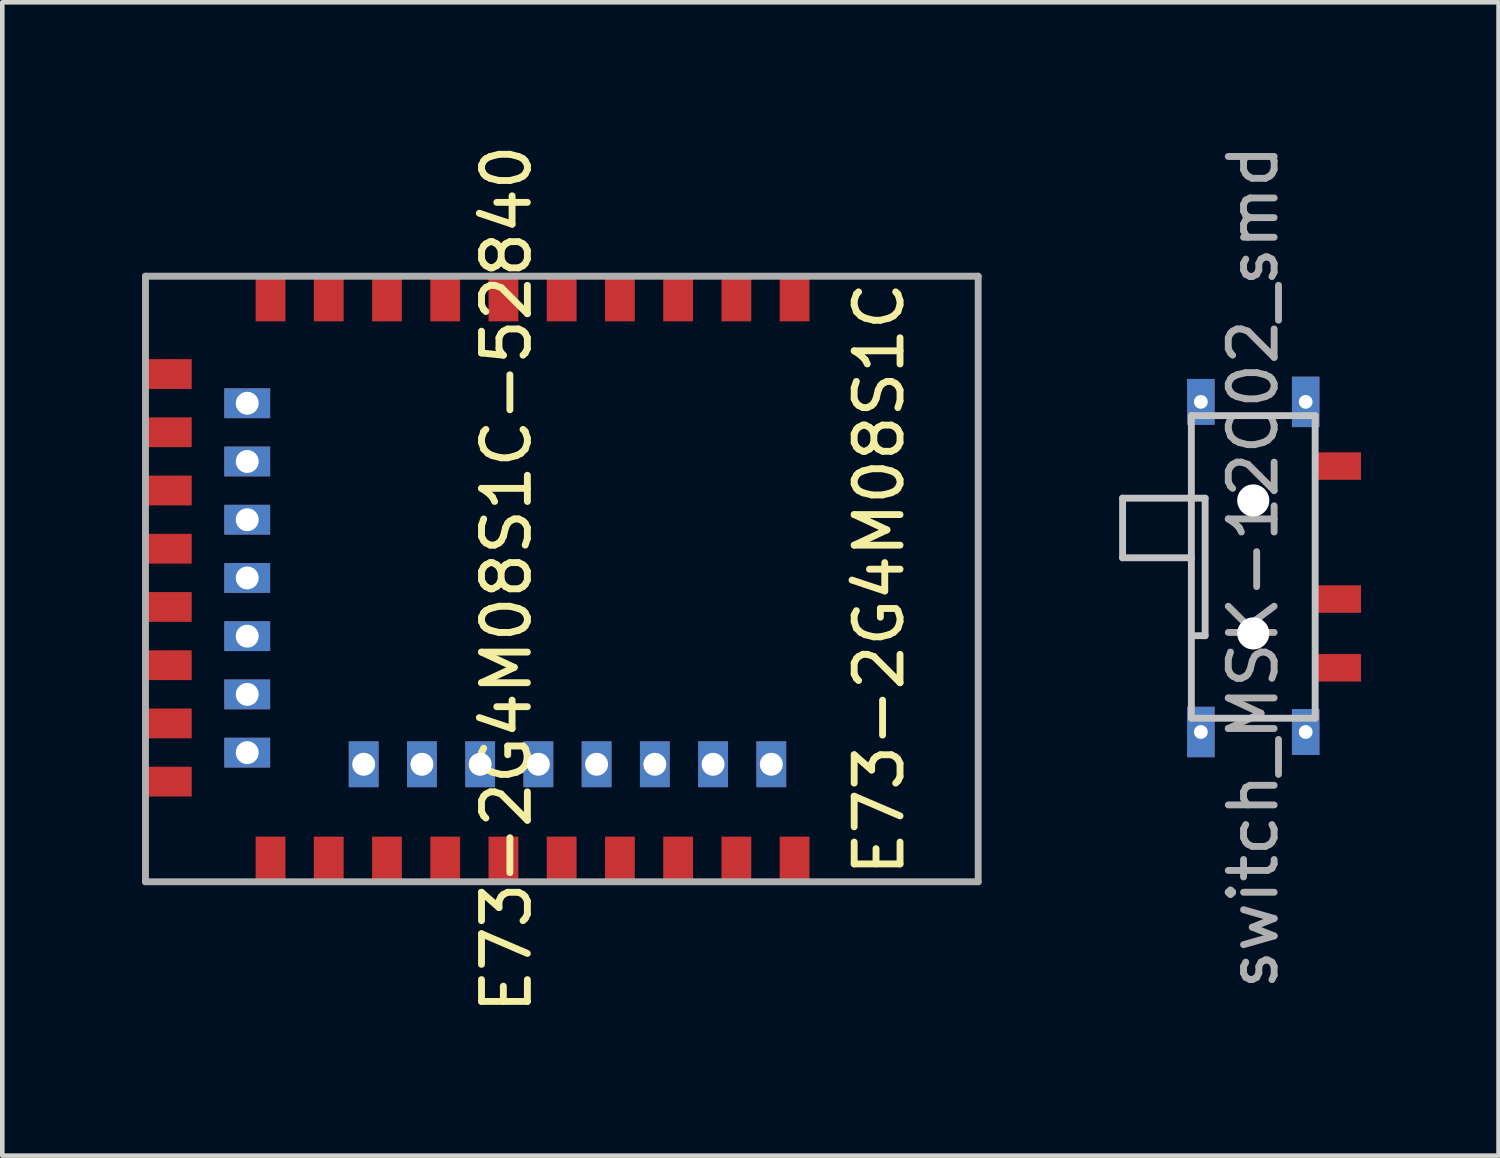
<source format=kicad_pcb>
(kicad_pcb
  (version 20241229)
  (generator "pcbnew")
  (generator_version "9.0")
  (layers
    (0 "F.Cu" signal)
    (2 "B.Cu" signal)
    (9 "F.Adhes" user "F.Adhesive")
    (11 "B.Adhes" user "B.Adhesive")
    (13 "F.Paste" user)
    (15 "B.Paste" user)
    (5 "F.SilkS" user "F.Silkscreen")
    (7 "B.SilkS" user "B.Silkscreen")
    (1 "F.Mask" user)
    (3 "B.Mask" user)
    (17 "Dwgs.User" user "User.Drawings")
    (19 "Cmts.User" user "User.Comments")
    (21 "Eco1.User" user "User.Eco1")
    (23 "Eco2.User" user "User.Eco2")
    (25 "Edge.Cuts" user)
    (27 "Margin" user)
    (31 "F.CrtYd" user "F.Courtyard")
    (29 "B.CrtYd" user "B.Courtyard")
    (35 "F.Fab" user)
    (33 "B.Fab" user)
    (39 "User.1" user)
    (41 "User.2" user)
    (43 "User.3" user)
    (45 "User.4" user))
  (footprint "E73-2G4M08S1C-52840"
    (layer "F.Cu")
    (at 0.25 9.578)
    (property "Reference" "E73-2G4M08S1C-52840" (at 7.747 -0.000467 270) (layer "F.SilkS") (effects (font (size 1 1) (thickness 0.15))))
    (attr through_hole)
    (fp_line (start -0.127 -6.604) (end -0.127 6.604) (stroke (width 0.15) (type solid)) (layer "F.Fab"))
    (fp_line (start -0.127 6.604) (end 18.034 6.604) (stroke (width 0.15) (type solid)) (layer "F.Fab"))
    (fp_line (start 18.034 -6.604) (end -0.127 -6.604) (stroke (width 0.15) (type solid)) (layer "F.Fab"))
    (fp_line (start 18.034 6.604) (end 18.034 -6.604) (stroke (width 0.15) (type solid)) (layer "F.Fab"))
    (fp_text user "E73-2G4M08S1C" (at 15.875 0 90) (layer "F.SilkS") (effects (font (size 1 1) (thickness 0.15))))
    (pad "1" smd rect (at 14.03 -6.119) (size 0.65 1) (layers "F.Cu" "F.Mask" "F.Paste"))
    (pad "2" smd rect (at 12.76 -6.119) (size 0.65 1) (layers "F.Cu" "F.Mask" "F.Paste"))
    (pad "3" smd rect (at 11.49 -6.119) (size 0.65 1) (layers "F.Cu" "F.Mask" "F.Paste"))
    (pad "4" smd rect (at 10.22 -6.119) (size 0.65 1) (layers "F.Cu" "F.Mask" "F.Paste"))
    (pad "5" smd rect (at 8.95 -6.119) (size 0.65 1) (layers "F.Cu" "F.Mask" "F.Paste"))
    (pad "6" smd rect (at 7.68 -6.119) (size 0.65 1) (layers "F.Cu" "F.Mask" "F.Paste"))
    (pad "7" smd rect (at 6.41 -6.119) (size 0.65 1) (layers "F.Cu" "F.Mask" "F.Paste"))
    (pad "8" smd rect (at 5.14 -6.119) (size 0.65 1) (layers "F.Cu" "F.Mask" "F.Paste"))
    (pad "9" smd rect (at 3.87 -6.119) (size 0.65 1) (layers "F.Cu" "F.Mask" "F.Paste"))
    (pad "10" smd rect (at 2.6 -6.119) (size 0.65 1) (layers "F.Cu" "F.Mask" "F.Paste"))
    (pad "11" smd rect (at 0.381 -4.47 90) (size 0.65 1) (layers "F.Cu" "F.Mask" "F.Paste"))
    (pad "12" thru_hole rect (at 2.092 -3.833 90) (size 0.65 1) (drill 0.5) (layers "*.Cu" "*.Mask"))
    (pad "13" smd rect (at 0.381 -3.2 90) (size 0.65 1) (layers "F.Cu" "F.Mask" "F.Paste"))
    (pad "14" thru_hole rect (at 2.092 -2.563 90) (size 0.65 1) (drill 0.5) (layers "*.Cu" "*.Mask"))
    (pad "15" smd rect (at 0.381 -1.93 90) (size 0.65 1) (layers "F.Cu" "F.Mask" "F.Paste"))
    (pad "16" thru_hole rect (at 2.092 -1.293 90) (size 0.65 1) (drill 0.5) (layers "*.Cu" "*.Mask"))
    (pad "17" smd rect (at 0.381 -0.66 90) (size 0.65 1) (layers "F.Cu" "F.Mask" "F.Paste"))
    (pad "18" thru_hole rect (at 2.092 -0.023 90) (size 0.65 1) (drill 0.5) (layers "*.Cu" "*.Mask"))
    (pad "19" smd rect (at 0.381 0.61 90) (size 0.65 1) (layers "F.Cu" "F.Mask" "F.Paste"))
    (pad "20" thru_hole rect (at 2.092 1.247 90) (size 0.65 1) (drill 0.5) (layers "*.Cu" "*.Mask"))
    (pad "21" smd rect (at 0.381 1.88 90) (size 0.65 1) (layers "F.Cu" "F.Mask" "F.Paste"))
    (pad "22" thru_hole rect (at 2.092 2.517 90) (size 0.65 1) (drill 0.5) (layers "*.Cu" "*.Mask"))
    (pad "23" smd rect (at 0.381 3.15 90) (size 0.65 1) (layers "F.Cu" "F.Mask" "F.Paste"))
    (pad "24" thru_hole rect (at 2.092 3.787 90) (size 0.65 1) (drill 0.5) (layers "*.Cu" "*.Mask"))
    (pad "25" smd rect (at 0.381 4.42 90) (size 0.65 1) (layers "F.Cu" "F.Mask" "F.Paste"))
    (pad "26" smd rect (at 2.6 6.119) (size 0.65 1) (layers "F.Cu" "F.Mask" "F.Paste"))
    (pad "27" smd rect (at 3.87 6.119) (size 0.65 1) (layers "F.Cu" "F.Mask" "F.Paste"))
    (pad "28" thru_hole rect (at 4.632 4.041) (size 0.65 1) (drill 0.5) (layers "*.Cu" "*.Mask"))
    (pad "29" smd rect (at 5.14 6.119) (size 0.65 1) (layers "F.Cu" "F.Mask" "F.Paste"))
    (pad "30" thru_hole rect (at 5.902 4.041) (size 0.65 1) (drill 0.5) (layers "*.Cu" "*.Mask"))
    (pad "31" smd rect (at 6.41 6.119) (size 0.65 1) (layers "F.Cu" "F.Mask" "F.Paste"))
    (pad "32" thru_hole rect (at 7.172 4.041) (size 0.65 1) (drill 0.5) (layers "*.Cu" "*.Mask"))
    (pad "33" smd rect (at 7.68 6.119) (size 0.65 1) (layers "F.Cu" "F.Mask" "F.Paste"))
    (pad "34" thru_hole rect (at 8.442 4.041) (size 0.65 1) (drill 0.5) (layers "*.Cu" "*.Mask"))
    (pad "35" smd rect (at 8.95 6.119) (size 0.65 1) (layers "F.Cu" "F.Mask" "F.Paste"))
    (pad "36" thru_hole rect (at 9.712 4.041) (size 0.65 1) (drill 0.5) (layers "*.Cu" "*.Mask"))
    (pad "37" smd rect (at 10.22 6.119) (size 0.65 1) (layers "F.Cu" "F.Mask" "F.Paste"))
    (pad "38" thru_hole rect (at 10.982 4.041) (size 0.65 1) (drill 0.5) (layers "*.Cu" "*.Mask"))
    (pad "39" smd rect (at 11.49 6.119) (size 0.65 1) (layers "F.Cu" "F.Mask" "F.Paste"))
    (pad "40" thru_hole rect (at 12.252 4.041) (size 0.65 1) (drill 0.5) (layers "*.Cu" "*.Mask"))
    (pad "41" smd rect (at 12.76 6.119) (size 0.65 1) (layers "F.Cu" "F.Mask" "F.Paste"))
    (pad "42" thru_hole rect (at 13.522 4.041) (size 0.65 1) (drill 0.5) (layers "*.Cu" "*.Mask"))
    (pad "43" smd rect (at 14.03 6.119) (size 0.65 1) (layers "F.Cu" "F.Mask" "F.Paste")))
  (footprint "switch_MSK-12C02_smd"
    (layer "F.Cu")
    (at 22.934 9.315)
    (property "Reference" "switch_MSK-12C02_smd" (at 1.35 0 90) (layer "F.Fab") (effects (font (size 1 1) (thickness 0.15))))
    (attr smd)
    (fp_line (start -1.5 -1.5) (end 0 -1.5) (stroke (width 0.15) (type solid)) (layer "Dwgs.User"))
    (fp_line (start -1.5 -0.2) (end -1.5 -1.5) (stroke (width 0.15) (type solid)) (layer "Dwgs.User"))
    (fp_line (start 0 -3.3) (end 0 3.3) (stroke (width 0.15) (type solid)) (layer "Dwgs.User"))
    (fp_line (start 0 -3.3) (end 2.7 -3.3) (stroke (width 0.15) (type solid)) (layer "Dwgs.User"))
    (fp_line (start 0 -0.2) (end -1.5 -0.2) (stroke (width 0.15) (type solid)) (layer "Dwgs.User"))
    (fp_line (start 0 3.3) (end 2.7 3.3) (stroke (width 0.15) (type solid)) (layer "Dwgs.User"))
    (fp_line (start 0.3 -1.5) (end 0 -1.5) (stroke (width 0.15) (type solid)) (layer "Dwgs.User"))
    (fp_line (start 0.3 1.5) (end 0 1.5) (stroke (width 0.15) (type solid)) (layer "Dwgs.User"))
    (fp_line (start 0.3 1.5) (end 0.3 -1.5) (stroke (width 0.15) (type solid)) (layer "Dwgs.User"))
    (fp_line (start 2.7 -3.3) (end 2.7 3.3) (stroke (width 0.15) (type solid)) (layer "Dwgs.User"))
    (pad "" thru_hole rect (at 0.207 -3.6 90) (size 1 0.6) (drill 0.3) (layers "*.Cu" "*.Mask"))
    (pad "" thru_hole rect (at 0.207 3.6 90) (size 1.1 0.6) (drill 0.3) (layers "*.Cu" "*.Mask"))
    (pad "" np_thru_hole circle (at 1.35 -1.45 180) (size 0.7 0.7) (drill 0.7) (layers "*.Cu" "*.Mask"))
    (pad "" np_thru_hole circle (at 1.35 1.45 180) (size 0.7 0.7) (drill 0.7) (layers "*.Cu" "*.Mask"))
    (pad "" thru_hole rect (at 2.493 -3.6 90) (size 1.1 0.6) (drill 0.3) (layers "*.Cu" "*.Mask"))
    (pad "" thru_hole rect (at 2.493 3.6 90) (size 1 0.6) (drill 0.3) (layers "*.Cu" "*.Mask"))
    (pad "1" smd rect (at 3.2 -2.2 180) (size 1 0.6) (layers "F.Cu" "F.Mask" "F.Paste"))
    (pad "2" smd rect (at 3.2 0.7 180) (size 1 0.6) (layers "F.Cu" "F.Mask" "F.Paste"))
    (pad "3" smd rect (at 3.2 2.2 180) (size 1 0.6) (layers "F.Cu" "F.Mask" "F.Paste")))
  (gr_rect
    (start -3 -3)
    (end 29.634 22.155)
    (stroke (width 0.1) (type default))
    (fill no)
    (layer "Edge.Cuts")))
</source>
